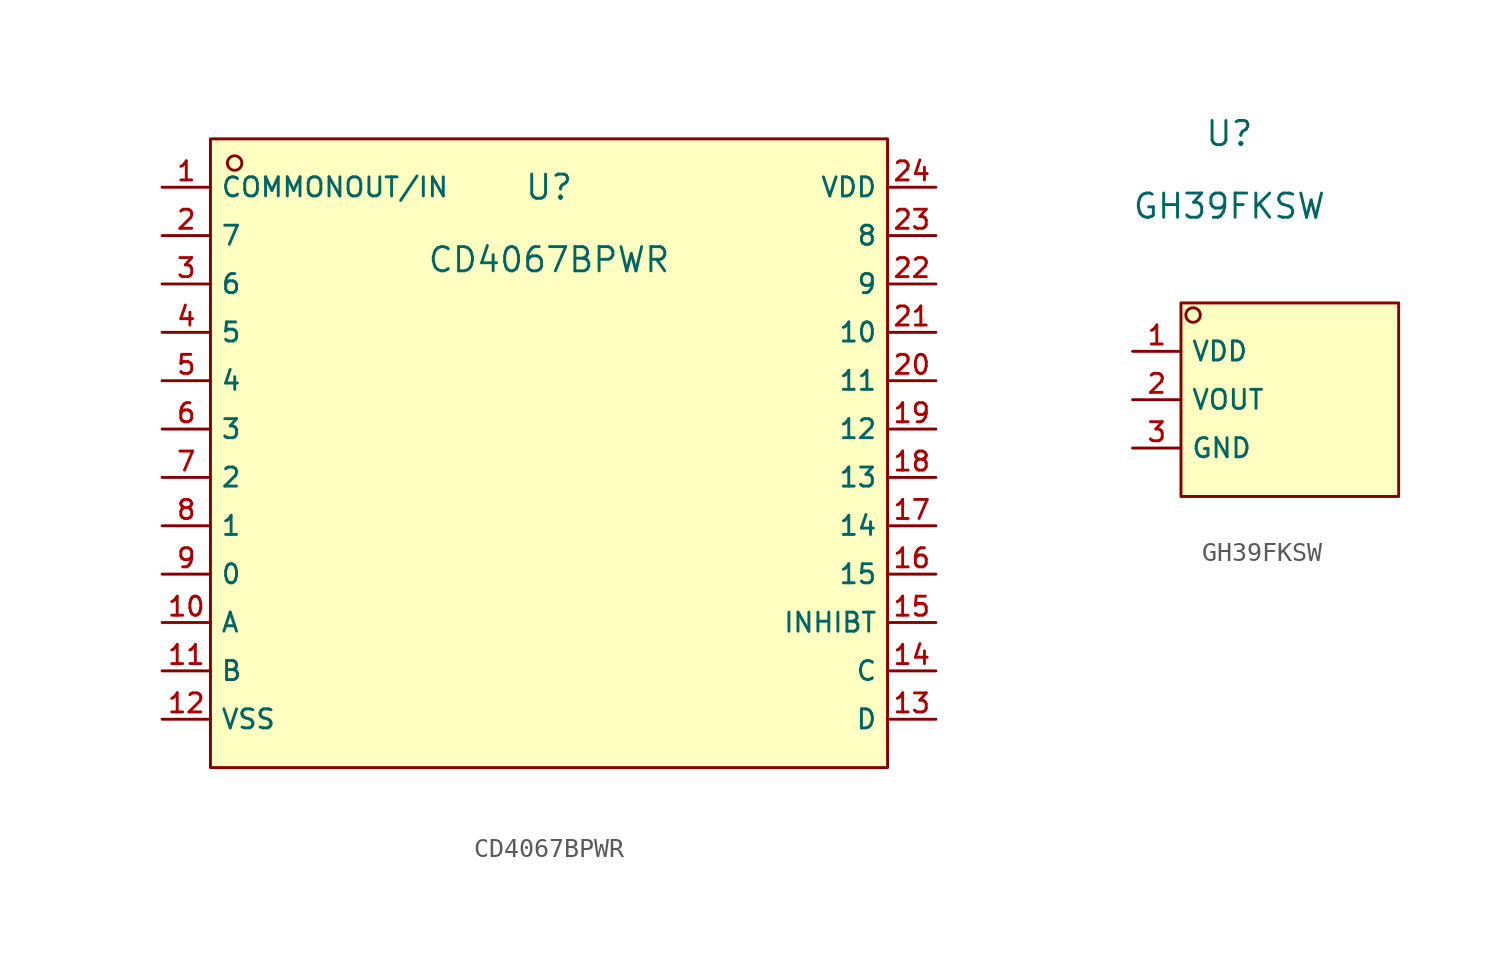
<source format=kicad_sym>
(kicad_symbol_lib
  (version 20210201)
  (generator TousstNicolas/JLC2KiCad_lib)
  (symbol "CD4067BPWR"
    (property "Reference" "U"
      (at 0 1.27 0)
      (effects (font (size 1.27 1.27))))
    (property "Value" "CD4067BPWR"
      (at 0 -2.54 0)
      (effects (font (size 1.27 1.27))))
    (symbol "CD4067BPWR_0_0"
      (rectangle (start -17.78 3.81) (end 17.78 -29.21) (stroke (width 0) (type default) (color 0 0 0 0)) (fill (type background)))
      (circle (center -16.51 2.54) (radius 0.381) (stroke (width 0) (type default) (color 0 0 0 0)) (fill (type background)))
      (pin unspecified line (at -20.32 1.27 0) (length 2.54) (name "COMMONOUT/IN" (effects (font (size 1 1)))) (number "1" (effects (font (size 1 1)))))
      (pin unspecified line (at -20.32 -1.27 0) (length 2.54) (name "7" (effects (font (size 1 1)))) (number "2" (effects (font (size 1 1)))))
      (pin unspecified line (at -20.32 -3.81 0) (length 2.54) (name "6" (effects (font (size 1 1)))) (number "3" (effects (font (size 1 1)))))
      (pin unspecified line (at -20.32 -6.35 0) (length 2.54) (name "5" (effects (font (size 1 1)))) (number "4" (effects (font (size 1 1)))))
      (pin unspecified line (at -20.32 -8.89 0) (length 2.54) (name "4" (effects (font (size 1 1)))) (number "5" (effects (font (size 1 1)))))
      (pin unspecified line (at -20.32 -11.43 0) (length 2.54) (name "3" (effects (font (size 1 1)))) (number "6" (effects (font (size 1 1)))))
      (pin unspecified line (at -20.32 -13.97 0) (length 2.54) (name "2" (effects (font (size 1 1)))) (number "7" (effects (font (size 1 1)))))
      (pin unspecified line (at -20.32 -16.51 0) (length 2.54) (name "1" (effects (font (size 1 1)))) (number "8" (effects (font (size 1 1)))))
      (pin unspecified line (at -20.32 -19.05 0) (length 2.54) (name "0" (effects (font (size 1 1)))) (number "9" (effects (font (size 1 1)))))
      (pin unspecified line (at -20.32 -21.59 0) (length 2.54) (name "A" (effects (font (size 1 1)))) (number "10" (effects (font (size 1 1)))))
      (pin unspecified line (at -20.32 -24.13 0) (length 2.54) (name "B" (effects (font (size 1 1)))) (number "11" (effects (font (size 1 1)))))
      (pin unspecified line (at -20.32 -26.67 0) (length 2.54) (name "VSS" (effects (font (size 1 1)))) (number "12" (effects (font (size 1 1)))))
      (pin unspecified line (at 20.32 -26.67 180) (length 2.54) (name "D" (effects (font (size 1 1)))) (number "13" (effects (font (size 1 1)))))
      (pin unspecified line (at 20.32 -24.13 180) (length 2.54) (name "C" (effects (font (size 1 1)))) (number "14" (effects (font (size 1 1)))))
      (pin unspecified line (at 20.32 -21.59 180) (length 2.54) (name "INHIBT" (effects (font (size 1 1)))) (number "15" (effects (font (size 1 1)))))
      (pin unspecified line (at 20.32 -19.05 180) (length 2.54) (name "15" (effects (font (size 1 1)))) (number "16" (effects (font (size 1 1)))))
      (pin unspecified line (at 20.32 -16.51 180) (length 2.54) (name "14" (effects (font (size 1 1)))) (number "17" (effects (font (size 1 1)))))
      (pin unspecified line (at 20.32 -13.97 180) (length 2.54) (name "13" (effects (font (size 1 1)))) (number "18" (effects (font (size 1 1)))))
      (pin unspecified line (at 20.32 -11.43 180) (length 2.54) (name "12" (effects (font (size 1 1)))) (number "19" (effects (font (size 1 1)))))
      (pin unspecified line (at 20.32 -8.89 180) (length 2.54) (name "11" (effects (font (size 1 1)))) (number "20" (effects (font (size 1 1)))))
      (pin unspecified line (at 20.32 -6.35 180) (length 2.54) (name "10" (effects (font (size 1 1)))) (number "21" (effects (font (size 1 1)))))
      (pin unspecified line (at 20.32 -3.81 180) (length 2.54) (name "9" (effects (font (size 1 1)))) (number "22" (effects (font (size 1 1)))))
      (pin unspecified line (at 20.32 -1.27 180) (length 2.54) (name "8" (effects (font (size 1 1)))) (number "23" (effects (font (size 1 1)))))
      (pin unspecified line (at 20.32 1.27 180) (length 2.54) (name "VDD" (effects (font (size 1 1)))) (number "24" (effects (font (size 1 1)))))))
  (symbol "GH39FKSW"
    (property "Reference" "U"
      (at 0 1.27 0)
      (effects (font (size 1.27 1.27))))
    (property "Value" "GH39FKSW"
      (at 0 -2.54 0)
      (effects (font (size 1.27 1.27))))
    (symbol "GH39FKSW_0_0"
      (rectangle (start -2.54 -7.62) (end 8.89 -17.78) (stroke (width 0) (type default) (color 0 0 0 0)) (fill (type background)))
      (circle (center -1.905 -8.255) (radius 0.381) (stroke (width 0) (type default) (color 0 0 0 0)) (fill (type background)))
      (pin unspecified line (at -5.08 -10.16 0) (length 2.54) (name "VDD" (effects (font (size 1 1)))) (number "1" (effects (font (size 1 1)))))
      (pin unspecified line (at -5.08 -12.7 0) (length 2.54) (name "VOUT" (effects (font (size 1 1)))) (number "2" (effects (font (size 1 1)))))
      (pin unspecified line (at -5.08 -15.24 0) (length 2.54) (name "GND" (effects (font (size 1 1)))) (number "3" (effects (font (size 1 1))))))))
</source>
